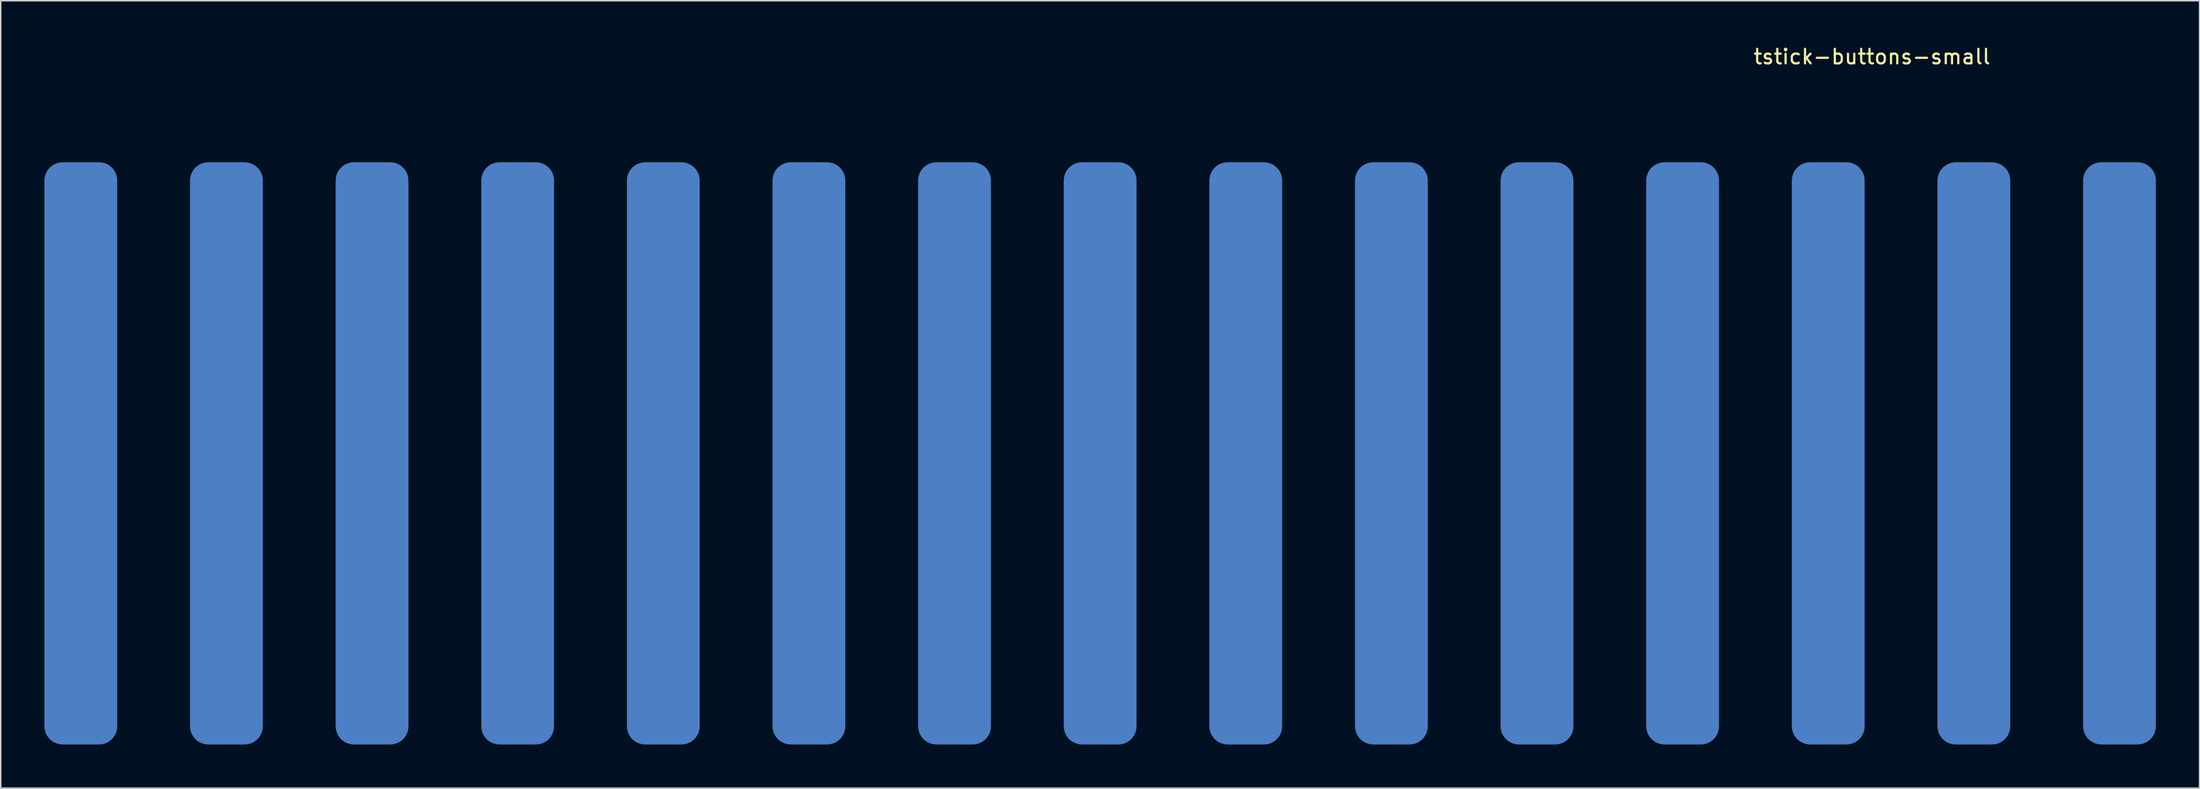
<source format=kicad_pcb>
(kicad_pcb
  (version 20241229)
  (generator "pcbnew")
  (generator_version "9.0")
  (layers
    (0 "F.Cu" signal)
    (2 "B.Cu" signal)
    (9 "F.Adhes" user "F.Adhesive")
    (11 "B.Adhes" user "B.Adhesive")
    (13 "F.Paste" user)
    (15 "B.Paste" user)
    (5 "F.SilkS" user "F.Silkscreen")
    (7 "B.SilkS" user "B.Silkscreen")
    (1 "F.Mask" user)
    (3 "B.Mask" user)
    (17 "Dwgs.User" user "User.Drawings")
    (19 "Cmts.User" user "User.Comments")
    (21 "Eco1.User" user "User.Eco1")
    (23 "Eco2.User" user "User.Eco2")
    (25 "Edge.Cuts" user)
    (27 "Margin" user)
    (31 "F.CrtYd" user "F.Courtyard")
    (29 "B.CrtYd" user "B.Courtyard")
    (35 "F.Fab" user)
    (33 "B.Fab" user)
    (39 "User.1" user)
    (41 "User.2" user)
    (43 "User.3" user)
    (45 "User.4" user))
  (footprint "tstick-buttons-small"
    (layer "F.Cu")
    (at 2.5 28.098)
    (property "Reference" "tstick-buttons-small" (at 123 -27.25 0) (unlocked yes) (layer "F.SilkS") (effects (font (size 1 1) (thickness 0.15))))
    (attr smd)
    (pad "1" smd roundrect (at 0 0) (size 5 40) (layers "B.Cu" "B.Mask" "B.Paste") (roundrect_rratio 0.25))
    (pad "2" smd roundrect (at 10 0) (size 5 40) (layers "B.Cu" "B.Mask" "B.Paste") (roundrect_rratio 0.25))
    (pad "3" smd roundrect (at 20 0) (size 5 40) (layers "B.Cu" "B.Mask" "B.Paste") (roundrect_rratio 0.25))
    (pad "4" smd roundrect (at 30 0) (size 5 40) (layers "B.Cu" "B.Mask" "B.Paste") (roundrect_rratio 0.25))
    (pad "5" smd roundrect (at 40 0) (size 5 40) (layers "B.Cu" "B.Mask" "B.Paste") (roundrect_rratio 0.25))
    (pad "6" smd roundrect (at 50 0) (size 5 40) (layers "B.Cu" "B.Mask" "B.Paste") (roundrect_rratio 0.25))
    (pad "7" smd roundrect (at 60 0) (size 5 40) (layers "B.Cu" "B.Mask" "B.Paste") (roundrect_rratio 0.25))
    (pad "8" smd roundrect (at 70 0) (size 5 40) (layers "B.Cu" "B.Mask" "B.Paste") (roundrect_rratio 0.25))
    (pad "9" smd roundrect (at 80 0) (size 5 40) (layers "B.Cu" "B.Mask" "B.Paste") (roundrect_rratio 0.25))
    (pad "10" smd roundrect (at 90 0) (size 5 40) (layers "B.Cu" "B.Mask" "B.Paste") (roundrect_rratio 0.25))
    (pad "11" smd roundrect (at 100 0) (size 5 40) (layers "B.Cu" "B.Mask" "B.Paste") (roundrect_rratio 0.25))
    (pad "12" smd roundrect (at 110 0) (size 5 40) (layers "B.Cu" "B.Mask" "B.Paste") (roundrect_rratio 0.25))
    (pad "13" smd roundrect (at 120 0) (size 5 40) (layers "B.Cu" "B.Mask" "B.Paste") (roundrect_rratio 0.25))
    (pad "14" smd roundrect (at 130 0) (size 5 40) (layers "B.Cu" "B.Mask" "B.Paste") (roundrect_rratio 0.25))
    (pad "15" smd roundrect (at 140 0) (size 5 40) (layers "B.Cu" "B.Mask" "B.Paste") (roundrect_rratio 0.25)))
  (gr_rect
    (start -3 -3)
    (end 148 51.098)
    (stroke (width 0.1) (type default))
    (fill no)
    (layer "Edge.Cuts")))
</source>
